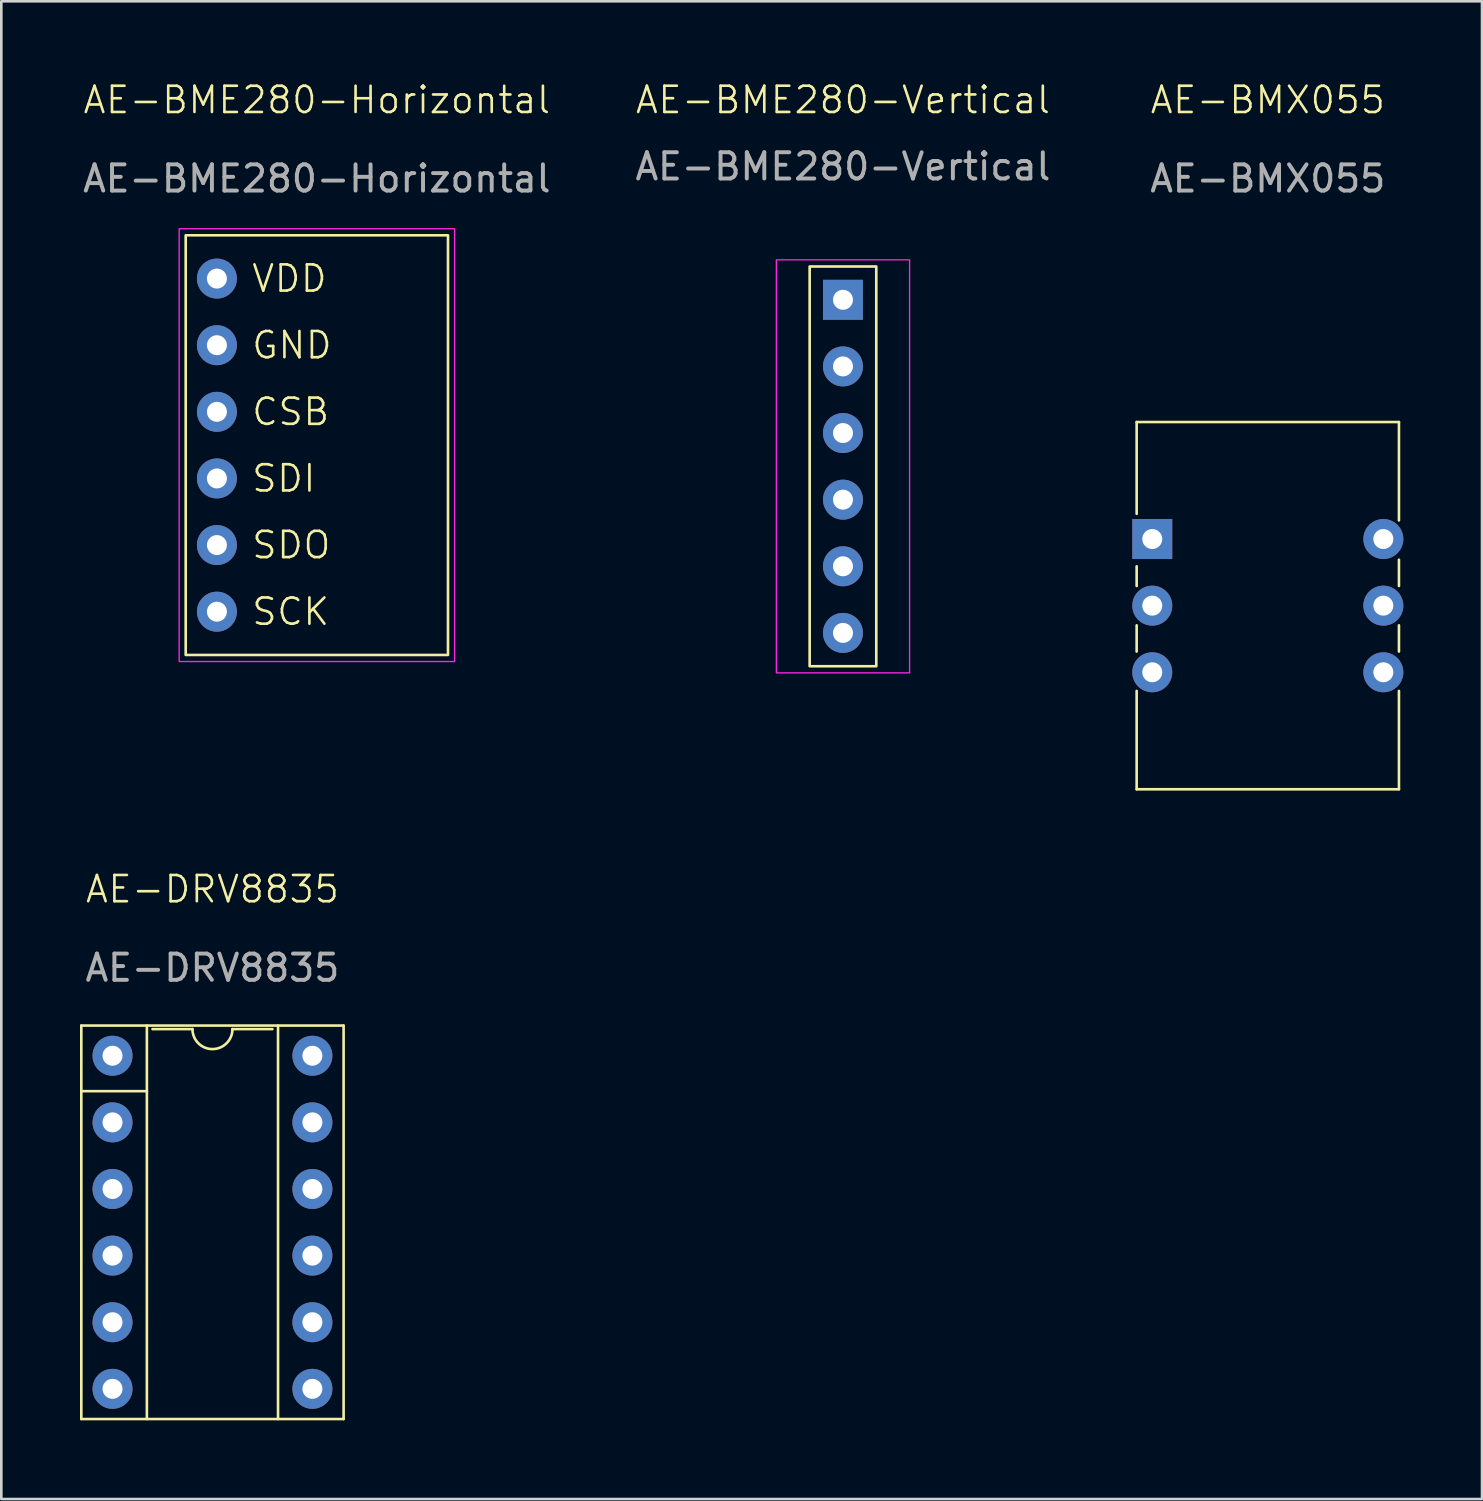
<source format=kicad_pcb>
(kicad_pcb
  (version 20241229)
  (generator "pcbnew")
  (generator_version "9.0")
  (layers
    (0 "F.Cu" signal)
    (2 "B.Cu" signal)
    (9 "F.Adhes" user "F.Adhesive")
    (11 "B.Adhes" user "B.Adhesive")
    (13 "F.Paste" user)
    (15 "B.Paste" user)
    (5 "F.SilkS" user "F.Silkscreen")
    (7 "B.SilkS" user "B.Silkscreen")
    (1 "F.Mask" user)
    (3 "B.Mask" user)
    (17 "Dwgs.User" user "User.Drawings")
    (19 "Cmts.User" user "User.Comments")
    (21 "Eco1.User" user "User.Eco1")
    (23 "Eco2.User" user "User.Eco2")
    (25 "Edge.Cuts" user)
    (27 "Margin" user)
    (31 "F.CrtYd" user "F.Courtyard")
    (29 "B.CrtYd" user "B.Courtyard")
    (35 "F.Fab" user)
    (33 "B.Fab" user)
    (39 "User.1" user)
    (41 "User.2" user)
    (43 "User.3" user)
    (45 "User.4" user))
  (footprint "AE-BME280-Vertical"
    (layer "F.Cu")
    (at 29.089 14.73)
    (property "Reference" "AE-BME280-Vertical" (at 0 -13.97 0) (unlocked yes) (layer "F.SilkS") (effects (font (size 1 1) (thickness 0.1))))
    (attr through_hole)
    (fp_rect (start -1.27 -7.62) (end 1.27 7.62) (stroke (width 0.1) (type default)) (fill no) (layer "F.SilkS"))
    (fp_rect (start -2.54 -7.874) (end 2.54 7.874) (stroke (width 0.05) (type default)) (fill no) (layer "F.CrtYd"))
    (fp_text user "${REFERENCE}" (at 0 -11.43 0) (unlocked yes) (layer "F.Fab") (effects (font (size 1 1) (thickness 0.15))))
    (pad "1" thru_hole rect (at 0 -6.35) (size 1.524 1.524) (drill 0.762) (layers "*.Cu" "*.Mask"))
    (pad "2" thru_hole circle (at 0 -3.81) (size 1.524 1.524) (drill 0.762) (layers "*.Cu" "*.Mask"))
    (pad "3" thru_hole circle (at 0 -1.27) (size 1.524 1.524) (drill 0.762) (layers "*.Cu" "*.Mask"))
    (pad "4" thru_hole circle (at 0 1.27) (size 1.524 1.524) (drill 0.762) (layers "*.Cu" "*.Mask"))
    (pad "5" thru_hole circle (at 0 3.81) (size 1.524 1.524) (drill 0.762) (layers "*.Cu" "*.Mask"))
    (pad "6" thru_hole circle (at 0 6.35) (size 1.524 1.524) (drill 0.762) (layers "*.Cu" "*.Mask")))
  (footprint "AE-DRV8835"
    (layer "F.Cu")
    (at 5.05 43.551)
    (property "Reference" "AE-DRV8835" (at 0 -12.7 0) (unlocked yes) (layer "F.SilkS") (effects (font (size 1 1) (thickness 0.1))))
    (attr through_hole)
    (fp_line (start -5 -7.5) (end -5 7.5) (stroke (width 0.1) (type default)) (layer "F.SilkS"))
    (fp_line (start -5 -5) (end -2.5 -5) (stroke (width 0.1) (type default)) (layer "F.SilkS"))
    (fp_line (start -5 7.5) (end 5 7.5) (stroke (width 0.1) (type default)) (layer "F.SilkS"))
    (fp_line (start -2.5 7.5) (end -2.5 -7.5) (stroke (width 0.1) (type default)) (layer "F.SilkS"))
    (fp_line (start -2.286 -7.366) (end -0.762 -7.366) (stroke (width 0.1) (type default)) (layer "F.SilkS"))
    (fp_line (start 0.762 -7.366) (end 2.286 -7.366) (stroke (width 0.1) (type default)) (layer "F.SilkS"))
    (fp_line (start 2.5 -7.5) (end 2.5 7.5) (stroke (width 0.1) (type default)) (layer "F.SilkS"))
    (fp_line (start 5 -7.5) (end -5 -7.5) (stroke (width 0.1) (type default)) (layer "F.SilkS"))
    (fp_line (start 5 7.5) (end 5 -7.5) (stroke (width 0.1) (type default)) (layer "F.SilkS"))
    (fp_arc (start 0.762 -7.366) (mid 0 -6.604) (end -0.762 -7.366) (stroke (width 0.1) (type default)) (layer "F.SilkS"))
    (fp_text user "${REFERENCE}" (at 0 -9.7 0) (unlocked yes) (layer "F.Fab") (effects (font (size 1 1) (thickness 0.15))))
    (pad "1" thru_hole circle (at -3.81 -6.35) (size 1.524 1.524) (drill 0.762) (layers "*.Cu" "*.Mask"))
    (pad "2" thru_hole circle (at -3.81 -3.81) (size 1.524 1.524) (drill 0.762) (layers "*.Cu" "*.Mask"))
    (pad "3" thru_hole circle (at -3.81 -1.27) (size 1.524 1.524) (drill 0.762) (layers "*.Cu" "*.Mask"))
    (pad "4" thru_hole circle (at -3.81 1.27) (size 1.524 1.524) (drill 0.762) (layers "*.Cu" "*.Mask"))
    (pad "5" thru_hole circle (at -3.81 3.81) (size 1.524 1.524) (drill 0.762) (layers "*.Cu" "*.Mask"))
    (pad "6" thru_hole circle (at -3.81 6.35) (size 1.524 1.524) (drill 0.762) (layers "*.Cu" "*.Mask"))
    (pad "7" thru_hole circle (at 3.81 6.35) (size 1.524 1.524) (drill 0.762) (layers "*.Cu" "*.Mask"))
    (pad "8" thru_hole circle (at 3.81 3.81) (size 1.524 1.524) (drill 0.762) (layers "*.Cu" "*.Mask"))
    (pad "9" thru_hole circle (at 3.81 1.27) (size 1.524 1.524) (drill 0.762) (layers "*.Cu" "*.Mask"))
    (pad "10" thru_hole circle (at 3.81 -1.27) (size 1.524 1.524) (drill 0.762) (layers "*.Cu" "*.Mask"))
    (pad "11" thru_hole circle (at 3.81 -3.81) (size 1.524 1.524) (drill 0.762) (layers "*.Cu" "*.Mask"))
    (pad "12" thru_hole circle (at 3.81 -6.35) (size 1.524 1.524) (drill 0.762) (layers "*.Cu" "*.Mask")))
  (footprint "AE-BMX055"
    (layer "F.Cu")
    (at 45.286 20.041)
    (property "Reference" "AE-BMX055" (at 0 -19.28 0) (unlocked yes) (layer "F.SilkS") (effects (font (size 1 1) (thickness 0.1))))
    (attr through_hole)
    (fp_line (start -5 -7) (end 5 -7) (stroke (width 0.1) (type default)) (layer "F.SilkS"))
    (fp_line (start -5 -3.5) (end -5 -7) (stroke (width 0.1) (type default)) (layer "F.SilkS"))
    (fp_line (start -5 -0.75) (end -5 -1.5) (stroke (width 0.1) (type default)) (layer "F.SilkS"))
    (fp_line (start -5 1.75) (end -5 0.75) (stroke (width 0.1) (type default)) (layer "F.SilkS"))
    (fp_line (start -5 7) (end -5 3.25) (stroke (width 0.1) (type default)) (layer "F.SilkS"))
    (fp_line (start 5 -7) (end 5 -3.25) (stroke (width 0.1) (type default)) (layer "F.SilkS"))
    (fp_line (start 5 -1.75) (end 5 -0.75) (stroke (width 0.1) (type default)) (layer "F.SilkS"))
    (fp_line (start 5 0.75) (end 5 1.75) (stroke (width 0.1) (type default)) (layer "F.SilkS"))
    (fp_line (start 5 3.25) (end 5 7) (stroke (width 0.1) (type default)) (layer "F.SilkS"))
    (fp_line (start 5 7) (end -5 7) (stroke (width 0.1) (type default)) (layer "F.SilkS"))
    (fp_text user "${REFERENCE}" (at 0 -16.28 0) (unlocked yes) (layer "F.Fab") (effects (font (size 1 1) (thickness 0.15))))
    (pad "1" thru_hole rect (at -4.405 -2.54) (size 1.524 1.524) (drill 0.762) (layers "*.Cu" "*.Mask"))
    (pad "2" thru_hole circle (at -4.405 0) (size 1.524 1.524) (drill 0.762) (layers "*.Cu" "*.Mask"))
    (pad "3" thru_hole circle (at -4.405 2.54) (size 1.524 1.524) (drill 0.762) (layers "*.Cu" "*.Mask"))
    (pad "4" thru_hole circle (at 4.405 2.54) (size 1.524 1.524) (drill 0.762) (layers "*.Cu" "*.Mask"))
    (pad "5" thru_hole circle (at 4.405 0) (size 1.524 1.524) (drill 0.762) (layers "*.Cu" "*.Mask"))
    (pad "6" thru_hole circle (at 4.405 -2.54) (size 1.524 1.524) (drill 0.762) (layers "*.Cu" "*.Mask")))
  (footprint "AE-BME280-Horizontal"
    (layer "F.Cu")
    (at 9.03 13.921)
    (property "Reference" "AE-BME280-Horizontal" (at 0 -13.16 0) (unlocked yes) (layer "F.SilkS") (effects (font (size 1 1) (thickness 0.1))))
    (attr through_hole)
    (fp_rect (start -5 -8) (end 5 8) (stroke (width 0.1) (type default)) (fill no) (layer "F.SilkS"))
    (fp_rect (start 5.25 8.25) (end -5.25 -8.25) (stroke (width 0.05) (type default)) (fill no) (layer "F.CrtYd"))
    (fp_text user "SCK" (at -2.54 6.35 0) (unlocked yes) (layer "F.SilkS") (effects (font (size 1 1) (thickness 0.1)) (justify left)))
    (fp_text user "SDI" (at -2.54 1.27 0) (unlocked yes) (layer "F.SilkS") (effects (font (size 1 1) (thickness 0.1)) (justify left)))
    (fp_text user "VDD" (at -2.54 -6.35 0) (unlocked yes) (layer "F.SilkS") (effects (font (size 1 1) (thickness 0.1)) (justify left)))
    (fp_text user "SDO" (at -2.54 3.81 0) (unlocked yes) (layer "F.SilkS") (effects (font (size 1 1) (thickness 0.1)) (justify left)))
    (fp_text user "GND" (at -2.54 -3.81 0) (unlocked yes) (layer "F.SilkS") (effects (font (size 1 1) (thickness 0.1)) (justify left)))
    (fp_text user "CSB" (at -2.54 -1.27 0) (unlocked yes) (layer "F.SilkS") (effects (font (size 1 1) (thickness 0.1)) (justify left)))
    (fp_text user "${REFERENCE}" (at 0 -10.16 0) (unlocked yes) (layer "F.Fab") (effects (font (size 1 1) (thickness 0.15))))
    (pad "1" thru_hole circle (at -3.81 -6.35) (size 1.524 1.524) (drill 0.762) (layers "*.Cu" "*.Mask"))
    (pad "2" thru_hole circle (at -3.81 -3.81) (size 1.524 1.524) (drill 0.762) (layers "*.Cu" "*.Mask"))
    (pad "3" thru_hole circle (at -3.81 -1.27) (size 1.524 1.524) (drill 0.762) (layers "*.Cu" "*.Mask"))
    (pad "4" thru_hole circle (at -3.81 1.27) (size 1.524 1.524) (drill 0.762) (layers "*.Cu" "*.Mask"))
    (pad "5" thru_hole circle (at -3.81 3.81) (size 1.524 1.524) (drill 0.762) (layers "*.Cu" "*.Mask"))
    (pad "6" thru_hole circle (at -3.81 6.35) (size 1.524 1.524) (drill 0.762) (layers "*.Cu" "*.Mask")))
  (gr_rect
    (start -3 -3)
    (end 53.453 54.101)
    (stroke (width 0.1) (type default))
    (fill no)
    (layer "Edge.Cuts")))
</source>
